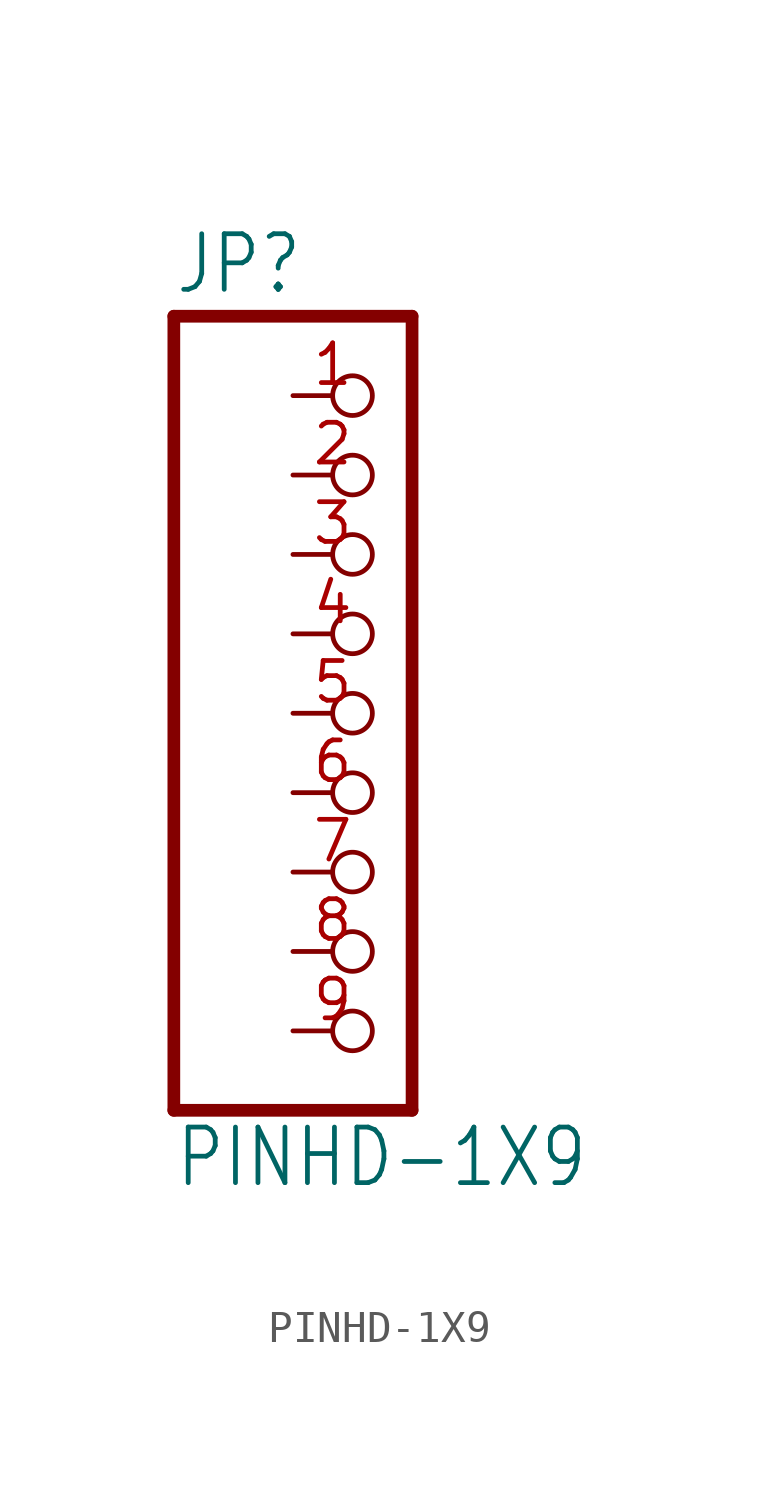
<source format=kicad_sym>
(kicad_symbol_lib
  (version 20211014)
  (generator kicad_symbol_editor)
  (symbol "PINHD-1X9"
    (property "Reference" "JP"
      (at -6.35 13.335 0)
      (effects (font (size 1.778 1.511)) (justify left bottom)))
    (property "Value" "PINHD-1X9"
      (at -6.35 -15.24 0)
      (effects (font (size 1.778 1.511)) (justify left bottom)))
    (property "ki_locked" ""
      (at 0 0 0)
      (effects (font (size 1.27 1.27))))
    (symbol "PINHD-1X9_1_0"
      (polyline (pts (xy -6.35 -12.7) (xy 1.27 -12.7)) (stroke (width 0.406) (type default)) (fill (type none)))
      (polyline (pts (xy -6.35 12.7) (xy -6.35 -12.7)) (stroke (width 0.406) (type default)) (fill (type none)))
      (polyline (pts (xy 1.27 -12.7) (xy 1.27 12.7)) (stroke (width 0.406) (type default)) (fill (type none)))
      (polyline (pts (xy 1.27 12.7) (xy -6.35 12.7)) (stroke (width 0.406) (type default)) (fill (type none)))
      (pin passive inverted (at -2.54 10.16 0) (length 2.54) (name "1" (effects (font (size 0 0)))) (number "1" (effects (font (size 1.27 1.27)))))
      (pin passive inverted (at -2.54 7.62 0) (length 2.54) (name "2" (effects (font (size 0 0)))) (number "2" (effects (font (size 1.27 1.27)))))
      (pin passive inverted (at -2.54 5.08 0) (length 2.54) (name "3" (effects (font (size 0 0)))) (number "3" (effects (font (size 1.27 1.27)))))
      (pin passive inverted (at -2.54 2.54 0) (length 2.54) (name "4" (effects (font (size 0 0)))) (number "4" (effects (font (size 1.27 1.27)))))
      (pin passive inverted (at -2.54 0 0) (length 2.54) (name "5" (effects (font (size 0 0)))) (number "5" (effects (font (size 1.27 1.27)))))
      (pin passive inverted (at -2.54 -2.54 0) (length 2.54) (name "6" (effects (font (size 0 0)))) (number "6" (effects (font (size 1.27 1.27)))))
      (pin passive inverted (at -2.54 -5.08 0) (length 2.54) (name "7" (effects (font (size 0 0)))) (number "7" (effects (font (size 1.27 1.27)))))
      (pin passive inverted (at -2.54 -7.62 0) (length 2.54) (name "8" (effects (font (size 0 0)))) (number "8" (effects (font (size 1.27 1.27)))))
      (pin passive inverted (at -2.54 -10.16 0) (length 2.54) (name "9" (effects (font (size 0 0)))) (number "9" (effects (font (size 1.27 1.27))))))))
</source>
